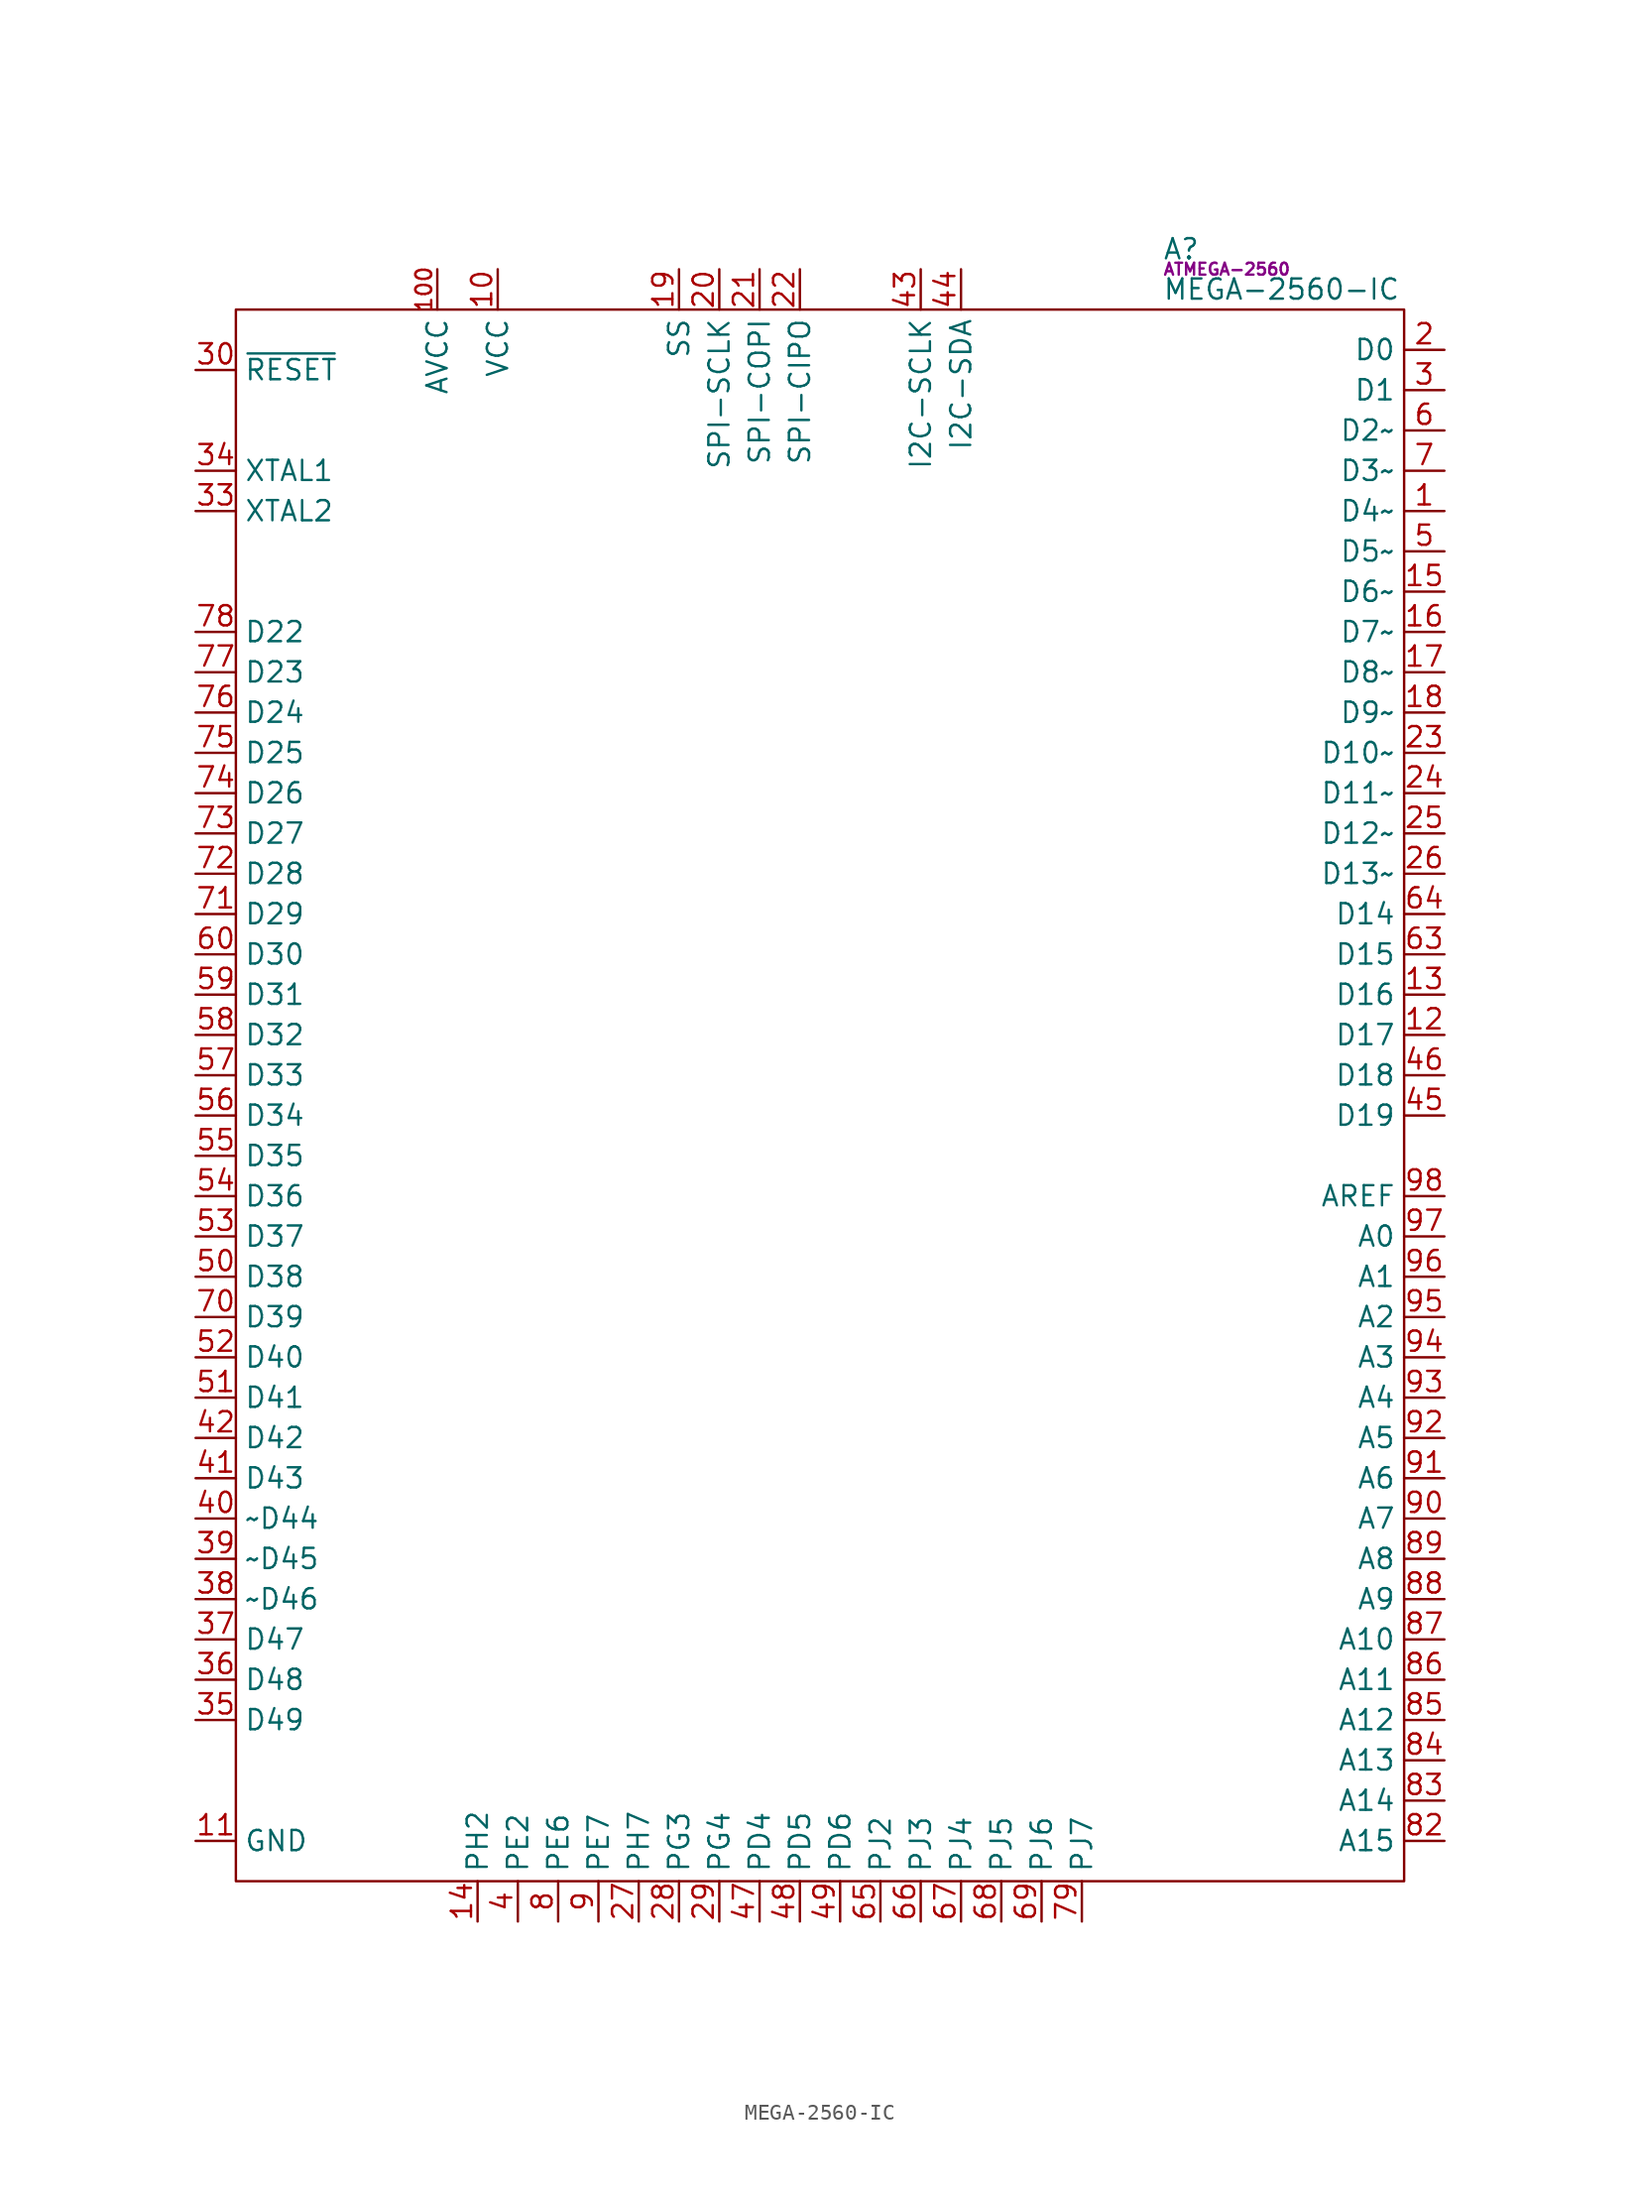
<source format=kicad_sym>
(kicad_symbol_lib
  (version 20211014)
  (generator kicad_symbol_editor)
  (symbol "MEGA-2560-IC"
    (property "Reference" "A"
      (at 58.42 3.81 0)
      (effects (font (size 1.27 1.27)) (justify left)))
    (property "Value" "MEGA-2560-IC"
      (at 58.42 1.27 0)
      (effects (font (size 1.27 1.27)) (justify left)))
    (property "IC" "ATMEGA-2560"
      (at 58.42 2.54 0)
      (effects (font (size 0.75 0.75)) (justify left)))
    (symbol "MEGA-2560-IC_0_0"
      (pin bidirectional line (at 76.2 -12.7 180) (length 2.54) (name "D4~" (effects (font (size 1.27 1.27)))) (number "1" (effects (font (size 1.27 1.27)))) (alternate "OC0B" bidirectional line) (alternate "PG5" bidirectional line))
      (pin power_in line (at 16.51 2.54 270) (length 2.54) (name "VCC" (effects (font (size 1.27 1.27)))) (number "10" (effects (font (size 1.27 1.27)))))
      (pin power_in line (at 12.7 2.54 270) (length 2.54) (name "AVCC" (effects (font (size 1.27 1.27)))) (number "100" (effects (font (size 1 1)))))
      (pin power_in line (at -2.54 -96.52 0) (length 2.54) (name "GND" (effects (font (size 1.27 1.27)))) (number "11" (effects (font (size 1.27 1.27)))))
      (pin bidirectional line (at 76.2 -45.72 180) (length 2.54) (name "D17" (effects (font (size 1.27 1.27)))) (number "12" (effects (font (size 1.27 1.27)))) (alternate "PH0" bidirectional line) (alternate "RXD2" bidirectional line))
      (pin bidirectional line (at 76.2 -43.18 180) (length 2.54) (name "D16" (effects (font (size 1.27 1.27)))) (number "13" (effects (font (size 1.27 1.27)))) (alternate "PH1" bidirectional line) (alternate "TXD2" bidirectional line))
      (pin bidirectional line (at 15.24 -101.6 90) (length 2.54) (name "PH2" (effects (font (size 1.27 1.27)))) (number "14" (effects (font (size 1.27 1.27)))) (alternate "NC" no_connect line) (alternate "XCK2" bidirectional line))
      (pin bidirectional line (at 76.2 -17.78 180) (length 2.54) (name "D6~" (effects (font (size 1.27 1.27)))) (number "15" (effects (font (size 1.27 1.27)))) (alternate "OC4A" bidirectional line) (alternate "PH3" bidirectional line))
      (pin bidirectional line (at 76.2 -20.32 180) (length 2.54) (name "D7~" (effects (font (size 1.27 1.27)))) (number "16" (effects (font (size 1.27 1.27)))) (alternate "OC4B" bidirectional line) (alternate "PH4" bidirectional line))
      (pin bidirectional line (at 76.2 -22.86 180) (length 2.54) (name "D8~" (effects (font (size 1.27 1.27)))) (number "17" (effects (font (size 1.27 1.27)))) (alternate "OC4C" bidirectional line) (alternate "PH5" bidirectional line))
      (pin bidirectional line (at 76.2 -25.4 180) (length 2.54) (name "D9~" (effects (font (size 1.27 1.27)))) (number "18" (effects (font (size 1.27 1.27)))) (alternate "OC2B" bidirectional line) (alternate "PH6" bidirectional line))
      (pin output line (at 27.94 2.54 270) (length 2.54) (name "SS" (effects (font (size 1.27 1.27)))) (number "19" (effects (font (size 1.27 1.27)))) (alternate "D53" bidirectional line) (alternate "PB0" bidirectional line) (alternate "PCINT0" input line))
      (pin bidirectional line (at 76.2 -2.54 180) (length 2.54) (name "D0" (effects (font (size 1.27 1.27)))) (number "2" (effects (font (size 1.27 1.27)))) (alternate "PCINT8" input line) (alternate "PE0" bidirectional line) (alternate "RXD0" input line))
      (pin output line (at 30.48 2.54 270) (length 2.54) (name "SPI-SCLK" (effects (font (size 1.27 1.27)))) (number "20" (effects (font (size 1.27 1.27)))) (alternate "D52" bidirectional line) (alternate "PB1" bidirectional line) (alternate "PCINT1" input line))
      (pin output line (at 33.02 2.54 270) (length 2.54) (name "SPI-COPI" (effects (font (size 1.27 1.27)))) (number "21" (effects (font (size 1.27 1.27)))) (alternate "D51" bidirectional line) (alternate "PB2" bidirectional line) (alternate "PCINT2" input line))
      (pin bidirectional line (at 35.56 2.54 270) (length 2.54) (name "SPI-CIPO" (effects (font (size 1.27 1.27)))) (number "22" (effects (font (size 1.27 1.27)))) (alternate "D50" bidirectional line) (alternate "PB3" bidirectional line) (alternate "PCINT3" bidirectional line))
      (pin bidirectional line (at 76.2 -27.94 180) (length 2.54) (name "D10~" (effects (font (size 1.27 1.27)))) (number "23" (effects (font (size 1.27 1.27)))) (alternate "OC2A" bidirectional line) (alternate "PB4" bidirectional line) (alternate "PCINT4" bidirectional line))
      (pin bidirectional line (at 76.2 -30.48 180) (length 2.54) (name "D11~" (effects (font (size 1.27 1.27)))) (number "24" (effects (font (size 1.27 1.27)))) (alternate "OC1A" bidirectional line) (alternate "PB5" bidirectional line) (alternate "PCINT5" bidirectional line))
      (pin bidirectional line (at 76.2 -33.02 180) (length 2.54) (name "D12~" (effects (font (size 1.27 1.27)))) (number "25" (effects (font (size 1.27 1.27)))) (alternate "OC1B" bidirectional line) (alternate "PB6" bidirectional line) (alternate "PCINT6" bidirectional line))
      (pin bidirectional line (at 76.2 -35.56 180) (length 2.54) (name "D13~" (effects (font (size 1.27 1.27)))) (number "26" (effects (font (size 1.27 1.27)))) (alternate "OC0A" bidirectional line) (alternate "OC1C" bidirectional line) (alternate "PB7" bidirectional line) (alternate "PCINT7" bidirectional line))
      (pin bidirectional line (at 25.4 -101.6 90) (length 2.54) (name "PH7" (effects (font (size 1.27 1.27)))) (number "27" (effects (font (size 1.27 1.27)))) (alternate "NC" no_connect line) (alternate "T4" unspecified line))
      (pin bidirectional line (at 27.94 -101.6 90) (length 2.54) (name "PG3" (effects (font (size 1.27 1.27)))) (number "28" (effects (font (size 1.27 1.27)))) (alternate "NC" no_connect line) (alternate "TOSC2" bidirectional line))
      (pin bidirectional line (at 30.48 -101.6 90) (length 2.54) (name "PG4" (effects (font (size 1.27 1.27)))) (number "29" (effects (font (size 1.27 1.27)))) (alternate "NC" no_connect line) (alternate "TOSC1" bidirectional line))
      (pin bidirectional line (at 76.2 -5.08 180) (length 2.54) (name "D1" (effects (font (size 1.27 1.27)))) (number "3" (effects (font (size 1.27 1.27)))) (alternate "PE1" bidirectional line) (alternate "TXD0" output line))
      (pin input line (at -2.54 -3.81 0) (length 2.54) (name "~{RESET}" (effects (font (size 1.27 1.27)))) (number "30" (effects (font (size 1.27 1.27)))))
      (pin power_in line (at 16.51 2.54 270) (length 2.54) hide (name "VCC" (effects (font (size 1.27 1.27)))) (number "31" (effects (font (size 1.27 1.27)))))
      (pin power_in line (at -2.54 -96.52 0) (length 2.54) hide (name "GND" (effects (font (size 1.27 1.27)))) (number "32" (effects (font (size 1.27 1.27)))))
      (pin input line (at -2.54 -12.7 0) (length 2.54) (name "XTAL2" (effects (font (size 1.27 1.27)))) (number "33" (effects (font (size 1.27 1.27)))))
      (pin input line (at -2.54 -10.16 0) (length 2.54) (name "XTAL1" (effects (font (size 1.27 1.27)))) (number "34" (effects (font (size 1.27 1.27)))))
      (pin bidirectional line (at -2.54 -88.9 0) (length 2.54) (name "D49" (effects (font (size 1.27 1.27)))) (number "35" (effects (font (size 1.27 1.27)))) (alternate "ICP4" bidirectional line) (alternate "PL0" bidirectional line))
      (pin bidirectional line (at -2.54 -86.36 0) (length 2.54) (name "D48" (effects (font (size 1.27 1.27)))) (number "36" (effects (font (size 1.27 1.27)))) (alternate "ICP5" bidirectional line) (alternate "PL1" bidirectional line))
      (pin bidirectional line (at -2.54 -83.82 0) (length 2.54) (name "D47" (effects (font (size 1.27 1.27)))) (number "37" (effects (font (size 1.27 1.27)))) (alternate "PL2" bidirectional line) (alternate "T5" bidirectional line))
      (pin bidirectional line (at -2.54 -81.28 0) (length 2.54) (name "~D46" (effects (font (size 1.27 1.27)))) (number "38" (effects (font (size 1.27 1.27)))) (alternate "OC5A" bidirectional line) (alternate "PL3" bidirectional line))
      (pin bidirectional line (at -2.54 -78.74 0) (length 2.54) (name "~D45" (effects (font (size 1.27 1.27)))) (number "39" (effects (font (size 1.27 1.27)))) (alternate "OC5B" bidirectional line) (alternate "PL4" bidirectional line))
      (pin bidirectional line (at 17.78 -101.6 90) (length 2.54) (name "PE2" (effects (font (size 1.27 1.27)))) (number "4" (effects (font (size 1.27 1.27)))) (alternate "AIN0" input line) (alternate "NC" no_connect line) (alternate "XCK0" input line))
      (pin bidirectional line (at -2.54 -76.2 0) (length 2.54) (name "~D44" (effects (font (size 1.27 1.27)))) (number "40" (effects (font (size 1.27 1.27)))) (alternate "OC5C" bidirectional line) (alternate "PL5" bidirectional line))
      (pin bidirectional line (at -2.54 -73.66 0) (length 2.54) (name "D43" (effects (font (size 1.27 1.27)))) (number "41" (effects (font (size 1.27 1.27)))) (alternate "PL6" bidirectional line))
      (pin bidirectional line (at -2.54 -71.12 0) (length 2.54) (name "D42" (effects (font (size 1.27 1.27)))) (number "42" (effects (font (size 1.27 1.27)))) (alternate "PL7" bidirectional line))
      (pin output line (at 43.18 2.54 270) (length 2.54) (name "I2C-SCLK" (effects (font (size 1.27 1.27)))) (number "43" (effects (font (size 1.27 1.27)))) (alternate "D21" bidirectional line) (alternate "PD0" bidirectional line))
      (pin bidirectional line (at 45.72 2.54 270) (length 2.54) (name "I2C-SDA" (effects (font (size 1.27 1.27)))) (number "44" (effects (font (size 1.27 1.27)))) (alternate "D20" bidirectional line) (alternate "PD1" bidirectional line))
      (pin bidirectional line (at 76.2 -50.8 180) (length 2.54) (name "D19" (effects (font (size 1.27 1.27)))) (number "45" (effects (font (size 1.27 1.27)))) (alternate "INT2" bidirectional line) (alternate "PD2" bidirectional line) (alternate "RXD1" bidirectional line))
      (pin bidirectional line (at 76.2 -48.26 180) (length 2.54) (name "D18" (effects (font (size 1.27 1.27)))) (number "46" (effects (font (size 1.27 1.27)))) (alternate "INT3" bidirectional line) (alternate "PD3" bidirectional line) (alternate "TXD1" bidirectional line))
      (pin bidirectional line (at 33.02 -101.6 90) (length 2.54) (name "PD4" (effects (font (size 1.27 1.27)))) (number "47" (effects (font (size 1.27 1.27)))) (alternate "ICP1" bidirectional line) (alternate "NC" no_connect line))
      (pin bidirectional line (at 35.56 -101.6 90) (length 2.54) (name "PD5" (effects (font (size 1.27 1.27)))) (number "48" (effects (font (size 1.27 1.27)))) (alternate "NC" no_connect line) (alternate "XCK1" input line))
      (pin bidirectional line (at 38.1 -101.6 90) (length 2.54) (name "PD6" (effects (font (size 1.27 1.27)))) (number "49" (effects (font (size 1.27 1.27)))) (alternate "NC" no_connect line) (alternate "T1" unspecified line))
      (pin bidirectional line (at 76.2 -15.24 180) (length 2.54) (name "D5~" (effects (font (size 1.27 1.27)))) (number "5" (effects (font (size 1.27 1.27)))) (alternate "AIN1" bidirectional line) (alternate "OC3A" bidirectional line) (alternate "PE3" bidirectional line))
      (pin bidirectional line (at -2.54 -60.96 0) (length 2.54) (name "D38" (effects (font (size 1.27 1.27)))) (number "50" (effects (font (size 1.27 1.27)))) (alternate "PD7" bidirectional line) (alternate "T0" bidirectional line))
      (pin bidirectional line (at -2.54 -68.58 0) (length 2.54) (name "D41" (effects (font (size 1.27 1.27)))) (number "51" (effects (font (size 1.27 1.27)))) (alternate "PG0" bidirectional line) (alternate "~{WR}" bidirectional line))
      (pin bidirectional line (at -2.54 -66.04 0) (length 2.54) (name "D40" (effects (font (size 1.27 1.27)))) (number "52" (effects (font (size 1.27 1.27)))) (alternate "PG1" bidirectional line) (alternate "~{RD}" bidirectional line))
      (pin bidirectional line (at -2.54 -58.42 0) (length 2.54) (name "D37" (effects (font (size 1.27 1.27)))) (number "53" (effects (font (size 1.27 1.27)))) (alternate "ADDR8" bidirectional line) (alternate "PC0" bidirectional line))
      (pin bidirectional line (at -2.54 -55.88 0) (length 2.54) (name "D36" (effects (font (size 1.27 1.27)))) (number "54" (effects (font (size 1.27 1.27)))) (alternate "ADDR9" bidirectional line) (alternate "PC1" bidirectional line))
      (pin bidirectional line (at -2.54 -53.34 0) (length 2.54) (name "D35" (effects (font (size 1.27 1.27)))) (number "55" (effects (font (size 1.27 1.27)))) (alternate "ADDR10" bidirectional line) (alternate "PC2" bidirectional line))
      (pin bidirectional line (at -2.54 -50.8 0) (length 2.54) (name "D34" (effects (font (size 1.27 1.27)))) (number "56" (effects (font (size 1.27 1.27)))) (alternate "ADDR11" bidirectional line) (alternate "PC3" bidirectional line))
      (pin bidirectional line (at -2.54 -48.26 0) (length 2.54) (name "D33" (effects (font (size 1.27 1.27)))) (number "57" (effects (font (size 1.27 1.27)))) (alternate "ADDR12" bidirectional line) (alternate "PC4" bidirectional line))
      (pin bidirectional line (at -2.54 -45.72 0) (length 2.54) (name "D32" (effects (font (size 1.27 1.27)))) (number "58" (effects (font (size 1.27 1.27)))) (alternate "ADDR13" bidirectional line) (alternate "PC5" bidirectional line))
      (pin bidirectional line (at -2.54 -43.18 0) (length 2.54) (name "D31" (effects (font (size 1.27 1.27)))) (number "59" (effects (font (size 1.27 1.27)))) (alternate "ADDR14" bidirectional line) (alternate "PC6" bidirectional line))
      (pin bidirectional line (at 76.2 -7.62 180) (length 2.54) (name "D2~" (effects (font (size 1.27 1.27)))) (number "6" (effects (font (size 1.27 1.27)))) (alternate "INT4" input line) (alternate "OC3B" bidirectional line) (alternate "PE4" bidirectional line))
      (pin bidirectional line (at -2.54 -40.64 0) (length 2.54) (name "D30" (effects (font (size 1.27 1.27)))) (number "60" (effects (font (size 1.27 1.27)))) (alternate "ADDR15" bidirectional line) (alternate "PC7" bidirectional line))
      (pin power_in line (at 16.51 2.54 270) (length 2.54) hide (name "VCC" (effects (font (size 1.27 1.27)))) (number "61" (effects (font (size 1.27 1.27)))))
      (pin power_in line (at -2.54 -96.52 0) (length 2.54) hide (name "GND" (effects (font (size 1.27 1.27)))) (number "62" (effects (font (size 1.27 1.27)))))
      (pin bidirectional line (at 76.2 -40.64 180) (length 2.54) (name "D15" (effects (font (size 1.27 1.27)))) (number "63" (effects (font (size 1.27 1.27)))) (alternate "PCINT9" bidirectional line) (alternate "PJ0" bidirectional line) (alternate "RXD3" bidirectional line))
      (pin bidirectional line (at 76.2 -38.1 180) (length 2.54) (name "D14" (effects (font (size 1.27 1.27)))) (number "64" (effects (font (size 1.27 1.27)))) (alternate "PCINT10" bidirectional line) (alternate "PJ1" bidirectional line) (alternate "TXD3" bidirectional line))
      (pin bidirectional line (at 40.64 -101.6 90) (length 2.54) (name "PJ2" (effects (font (size 1.27 1.27)))) (number "65" (effects (font (size 1.27 1.27)))) (alternate "NC" no_connect line) (alternate "PCINT11" input line) (alternate "XCK3" input line))
      (pin bidirectional line (at 43.18 -101.6 90) (length 2.54) (name "PJ3" (effects (font (size 1.27 1.27)))) (number "66" (effects (font (size 1.27 1.27)))) (alternate "NC" no_connect line) (alternate "PCINT12" input line))
      (pin bidirectional line (at 45.72 -101.6 90) (length 2.54) (name "PJ4" (effects (font (size 1.27 1.27)))) (number "67" (effects (font (size 1.27 1.27)))) (alternate "NC" no_connect line) (alternate "PCINT13" input line))
      (pin bidirectional line (at 48.26 -101.6 90) (length 2.54) (name "PJ5" (effects (font (size 1.27 1.27)))) (number "68" (effects (font (size 1.27 1.27)))) (alternate "NC" no_connect line) (alternate "PCINT14" input line))
      (pin bidirectional line (at 50.8 -101.6 90) (length 2.54) (name "PJ6" (effects (font (size 1.27 1.27)))) (number "69" (effects (font (size 1.27 1.27)))) (alternate "NC" no_connect line) (alternate "PCINT15" input line))
      (pin bidirectional line (at 76.2 -10.16 180) (length 2.54) (name "D3~" (effects (font (size 1.27 1.27)))) (number "7" (effects (font (size 1.27 1.27)))) (alternate "INT5" input line) (alternate "OC3C" bidirectional line) (alternate "PE5" bidirectional line))
      (pin bidirectional line (at -2.54 -63.5 0) (length 2.54) (name "D39" (effects (font (size 1.27 1.27)))) (number "70" (effects (font (size 1.27 1.27)))) (alternate "ALE" bidirectional line) (alternate "PG2" bidirectional line))
      (pin bidirectional line (at -2.54 -38.1 0) (length 2.54) (name "D29" (effects (font (size 1.27 1.27)))) (number "71" (effects (font (size 1.27 1.27)))) (alternate "ADDR7" bidirectional line) (alternate "PA7" bidirectional line))
      (pin bidirectional line (at -2.54 -35.56 0) (length 2.54) (name "D28" (effects (font (size 1.27 1.27)))) (number "72" (effects (font (size 1.27 1.27)))) (alternate "ADDR6" bidirectional line) (alternate "PA6" bidirectional line))
      (pin bidirectional line (at -2.54 -33.02 0) (length 2.54) (name "D27" (effects (font (size 1.27 1.27)))) (number "73" (effects (font (size 1.27 1.27)))) (alternate "ADDR5" bidirectional line) (alternate "PA5" bidirectional line))
      (pin bidirectional line (at -2.54 -30.48 0) (length 2.54) (name "D26" (effects (font (size 1.27 1.27)))) (number "74" (effects (font (size 1.27 1.27)))) (alternate "ADDR4" bidirectional line) (alternate "PA4" bidirectional line))
      (pin bidirectional line (at -2.54 -27.94 0) (length 2.54) (name "D25" (effects (font (size 1.27 1.27)))) (number "75" (effects (font (size 1.27 1.27)))) (alternate "ADDR3" bidirectional line) (alternate "PA3" bidirectional line))
      (pin bidirectional line (at -2.54 -25.4 0) (length 2.54) (name "D24" (effects (font (size 1.27 1.27)))) (number "76" (effects (font (size 1.27 1.27)))) (alternate "ADDR2" bidirectional line) (alternate "PA2" bidirectional line))
      (pin bidirectional line (at -2.54 -22.86 0) (length 2.54) (name "D23" (effects (font (size 1.27 1.27)))) (number "77" (effects (font (size 1.27 1.27)))) (alternate "ADDR1" bidirectional line) (alternate "PA1" bidirectional line))
      (pin bidirectional line (at -2.54 -20.32 0) (length 2.54) (name "D22" (effects (font (size 1.27 1.27)))) (number "78" (effects (font (size 1.27 1.27)))) (alternate "ADDR0" bidirectional line) (alternate "PA0" bidirectional line))
      (pin bidirectional line (at 53.34 -101.6 90) (length 2.54) (name "PJ7" (effects (font (size 1.27 1.27)))) (number "79" (effects (font (size 1.27 1.27)))) (alternate "NC" no_connect line))
      (pin bidirectional line (at 20.32 -101.6 90) (length 2.54) (name "PE6" (effects (font (size 1.27 1.27)))) (number "8" (effects (font (size 1.27 1.27)))) (alternate "INT6" input line) (alternate "NC" no_connect line) (alternate "T3" unspecified line))
      (pin power_in line (at 16.51 2.54 270) (length 2.54) hide (name "VCC" (effects (font (size 1.27 1.27)))) (number "80" (effects (font (size 1.27 1.27)))))
      (pin power_in line (at -2.54 -96.52 0) (length 2.54) hide (name "GND" (effects (font (size 1.27 1.27)))) (number "81" (effects (font (size 1.27 1.27)))))
      (pin bidirectional line (at 76.2 -96.52 180) (length 2.54) (name "A15" (effects (font (size 1.27 1.27)))) (number "82" (effects (font (size 1.27 1.27)))) (alternate "D69" bidirectional line) (alternate "PCINT23" bidirectional line) (alternate "PK7" bidirectional line))
      (pin bidirectional line (at 76.2 -93.98 180) (length 2.54) (name "A14" (effects (font (size 1.27 1.27)))) (number "83" (effects (font (size 1.27 1.27)))) (alternate "D68" bidirectional line) (alternate "PCINT22" bidirectional line) (alternate "PK6" bidirectional line))
      (pin bidirectional line (at 76.2 -91.44 180) (length 2.54) (name "A13" (effects (font (size 1.27 1.27)))) (number "84" (effects (font (size 1.27 1.27)))) (alternate "D67" bidirectional line) (alternate "PCINT21" bidirectional line) (alternate "PK5" bidirectional line))
      (pin bidirectional line (at 76.2 -88.9 180) (length 2.54) (name "A12" (effects (font (size 1.27 1.27)))) (number "85" (effects (font (size 1.27 1.27)))) (alternate "D66" bidirectional line) (alternate "PCINT20" bidirectional line) (alternate "PK4" bidirectional line))
      (pin bidirectional line (at 76.2 -86.36 180) (length 2.54) (name "A11" (effects (font (size 1.27 1.27)))) (number "86" (effects (font (size 1.27 1.27)))) (alternate "D65" bidirectional line) (alternate "PCINT19" bidirectional line) (alternate "PK3" bidirectional line))
      (pin bidirectional line (at 76.2 -83.82 180) (length 2.54) (name "A10" (effects (font (size 1.27 1.27)))) (number "87" (effects (font (size 1.27 1.27)))) (alternate "D64" bidirectional line) (alternate "PCINT18" bidirectional line) (alternate "PK2" bidirectional line))
      (pin bidirectional line (at 76.2 -81.28 180) (length 2.54) (name "A9" (effects (font (size 1.27 1.27)))) (number "88" (effects (font (size 1.27 1.27)))) (alternate "D63" bidirectional line) (alternate "PCINT17" bidirectional line) (alternate "PK1" bidirectional line))
      (pin bidirectional line (at 76.2 -78.74 180) (length 2.54) (name "A8" (effects (font (size 1.27 1.27)))) (number "89" (effects (font (size 1.27 1.27)))) (alternate "D62" bidirectional line) (alternate "PCINT16" bidirectional line) (alternate "PK0" bidirectional line))
      (pin bidirectional line (at 22.86 -101.6 90) (length 2.54) (name "PE7" (effects (font (size 1.27 1.27)))) (number "9" (effects (font (size 1.27 1.27)))) (alternate "CLKO" output line) (alternate "ICP3" input line) (alternate "INT7" input line) (alternate "NC" no_connect line))
      (pin bidirectional line (at 76.2 -76.2 180) (length 2.54) (name "A7" (effects (font (size 1.27 1.27)))) (number "90" (effects (font (size 1.27 1.27)))) (alternate "D61" bidirectional line) (alternate "PF7" bidirectional line) (alternate "TDI" bidirectional line))
      (pin bidirectional line (at 76.2 -73.66 180) (length 2.54) (name "A6" (effects (font (size 1.27 1.27)))) (number "91" (effects (font (size 1.27 1.27)))) (alternate "D60" bidirectional line) (alternate "PF6" bidirectional line) (alternate "TDO" bidirectional line))
      (pin bidirectional line (at 76.2 -71.12 180) (length 2.54) (name "A5" (effects (font (size 1.27 1.27)))) (number "92" (effects (font (size 1.27 1.27)))) (alternate "D59" bidirectional line) (alternate "PF5" bidirectional line) (alternate "TMS" bidirectional line))
      (pin bidirectional line (at 76.2 -68.58 180) (length 2.54) (name "A4" (effects (font (size 1.27 1.27)))) (number "93" (effects (font (size 1.27 1.27)))) (alternate "D58" bidirectional line) (alternate "PF4" bidirectional line) (alternate "TCK" bidirectional line))
      (pin bidirectional line (at 76.2 -66.04 180) (length 2.54) (name "A3" (effects (font (size 1.27 1.27)))) (number "94" (effects (font (size 1.27 1.27)))) (alternate "D57" bidirectional line) (alternate "PF3" bidirectional line))
      (pin bidirectional line (at 76.2 -63.5 180) (length 2.54) (name "A2" (effects (font (size 1.27 1.27)))) (number "95" (effects (font (size 1.27 1.27)))) (alternate "D56" bidirectional line) (alternate "PF2" bidirectional line))
      (pin bidirectional line (at 76.2 -60.96 180) (length 2.54) (name "A1" (effects (font (size 1.27 1.27)))) (number "96" (effects (font (size 1.27 1.27)))) (alternate "D55" bidirectional line) (alternate "PF1" bidirectional line))
      (pin bidirectional line (at 76.2 -58.42 180) (length 2.54) (name "A0" (effects (font (size 1.27 1.27)))) (number "97" (effects (font (size 1.27 1.27)))) (alternate "D54" bidirectional line) (alternate "PF0" bidirectional line))
      (pin input line (at 76.2 -55.88 180) (length 2.54) (name "AREF" (effects (font (size 1.27 1.27)))) (number "98" (effects (font (size 1.27 1.27)))))
      (pin power_in line (at -2.54 -96.52 0) (length 2.54) hide (name "GND" (effects (font (size 1.27 1.27)))) (number "99" (effects (font (size 1.27 1.27))))))
    (symbol "MEGA-2560-IC_0_1"
      (rectangle (start 0 0) (end 73.66 -99.06) (stroke (width 0) (type default) (color 0 0 0 0)) (fill (type none))))))
</source>
